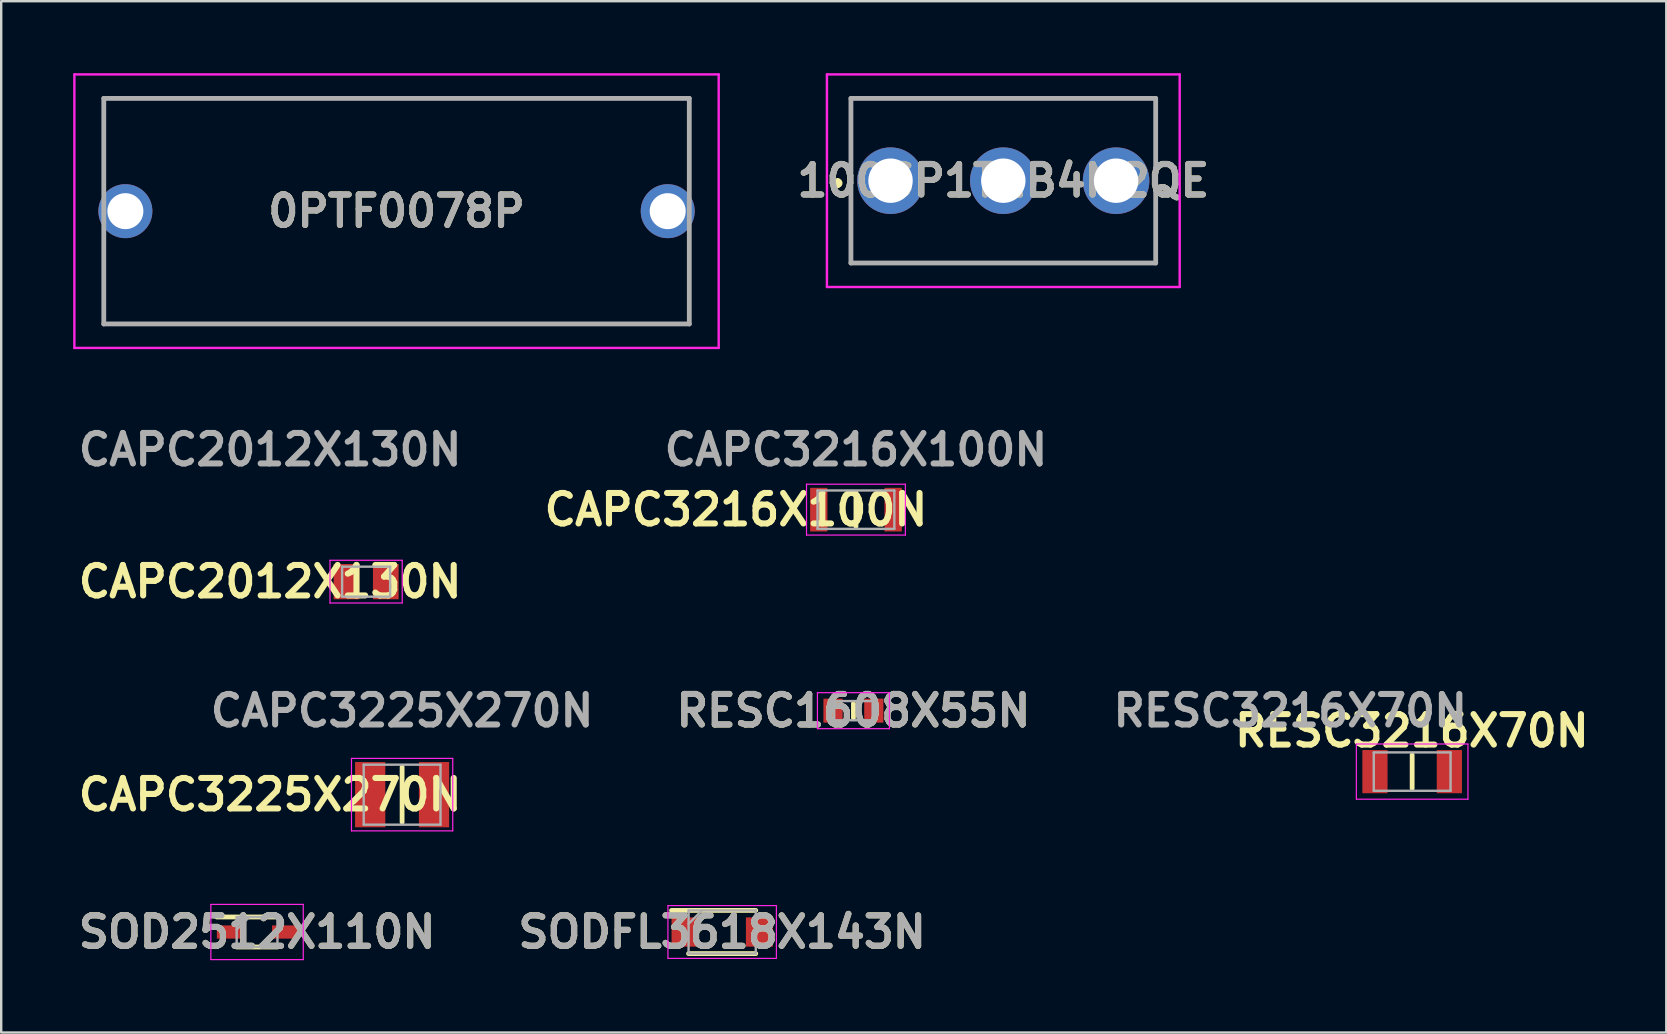
<source format=kicad_pcb>
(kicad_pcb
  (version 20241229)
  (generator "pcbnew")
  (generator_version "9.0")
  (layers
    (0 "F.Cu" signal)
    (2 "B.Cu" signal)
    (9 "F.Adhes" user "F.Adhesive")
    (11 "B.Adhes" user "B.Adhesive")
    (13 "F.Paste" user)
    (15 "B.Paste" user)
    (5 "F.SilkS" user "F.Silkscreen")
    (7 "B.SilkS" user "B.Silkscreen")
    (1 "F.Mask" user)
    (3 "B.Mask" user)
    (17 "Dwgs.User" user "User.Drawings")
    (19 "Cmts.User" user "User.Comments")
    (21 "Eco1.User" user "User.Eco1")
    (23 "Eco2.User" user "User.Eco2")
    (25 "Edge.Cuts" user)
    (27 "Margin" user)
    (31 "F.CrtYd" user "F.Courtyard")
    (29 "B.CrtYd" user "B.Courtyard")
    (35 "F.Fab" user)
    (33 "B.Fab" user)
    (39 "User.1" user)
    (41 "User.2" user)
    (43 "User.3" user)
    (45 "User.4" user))
  (footprint "CAPC3216X100N"
    (layer "F.Cu")
    (at 32.62 18.189)
    (property "Reference" "CAPC3216X100N" (at -5 0 0) (layer "F.SilkS") (effects (font (size 1.27 1.27) (thickness 0.254))))
    (attr smd)
    (fp_line (start 0 -0.7) (end 0 0.7) (stroke (width 0.2) (type solid)) (layer "F.SilkS"))
    (fp_line (start -2.06 -1.06) (end 2.06 -1.06) (stroke (width 0.05) (type solid)) (layer "F.CrtYd"))
    (fp_line (start -2.06 1.06) (end -2.06 -1.06) (stroke (width 0.05) (type solid)) (layer "F.CrtYd"))
    (fp_line (start 2.06 -1.06) (end 2.06 1.06) (stroke (width 0.05) (type solid)) (layer "F.CrtYd"))
    (fp_line (start 2.06 1.06) (end -2.06 1.06) (stroke (width 0.05) (type solid)) (layer "F.CrtYd"))
    (fp_line (start -1.6 -0.8) (end 1.6 -0.8) (stroke (width 0.1) (type solid)) (layer "F.Fab"))
    (fp_line (start -1.6 0.8) (end -1.6 -0.8) (stroke (width 0.1) (type solid)) (layer "F.Fab"))
    (fp_line (start 1.6 -0.8) (end 1.6 0.8) (stroke (width 0.1) (type solid)) (layer "F.Fab"))
    (fp_line (start 1.6 0.8) (end -1.6 0.8) (stroke (width 0.1) (type solid)) (layer "F.Fab"))
    (fp_text user "${REFERENCE}" (at 0 -2.5 0) (layer "F.Fab") (effects (font (size 1.27 1.27) (thickness 0.254))))
    (pad "1" smd rect (at -1.55 0) (size 0.72 1.82) (layers "F.Cu" "F.Mask" "F.Paste"))
    (pad "2" smd rect (at 1.55 0) (size 0.72 1.82) (layers "F.Cu" "F.Mask" "F.Paste")))
  (footprint "0PTF0078P"
    (layer "F.Cu")
    (at 13.475 5.75)
    (property "Reference" "0PTF0078P" (at 0 0 0) (layer "F.SilkS") (effects (font (size 1.27 1.27) (thickness 0.254))))
    (attr through_hole)
    (fp_line (start -12.2 -4.7) (end 12.2 -4.7) (stroke (width 0.1) (type solid)) (layer "F.SilkS"))
    (fp_line (start -12.2 -2) (end -12.2 -4.7) (stroke (width 0.1) (type solid)) (layer "F.SilkS"))
    (fp_line (start -12.2 2) (end -12.2 4.7) (stroke (width 0.1) (type solid)) (layer "F.SilkS"))
    (fp_line (start -12.2 4.7) (end 12.2 4.7) (stroke (width 0.1) (type solid)) (layer "F.SilkS"))
    (fp_line (start 12.2 -4.7) (end 12.2 -2) (stroke (width 0.1) (type solid)) (layer "F.SilkS"))
    (fp_line (start 12.2 4.7) (end 12.2 2) (stroke (width 0.1) (type solid)) (layer "F.SilkS"))
    (fp_line (start -13.425 -5.7) (end 13.425 -5.7) (stroke (width 0.1) (type solid)) (layer "F.CrtYd"))
    (fp_line (start -13.425 5.7) (end -13.425 -5.7) (stroke (width 0.1) (type solid)) (layer "F.CrtYd"))
    (fp_line (start 13.425 -5.7) (end 13.425 5.7) (stroke (width 0.1) (type solid)) (layer "F.CrtYd"))
    (fp_line (start 13.425 5.7) (end -13.425 5.7) (stroke (width 0.1) (type solid)) (layer "F.CrtYd"))
    (fp_line (start -12.2 -4.7) (end 12.2 -4.7) (stroke (width 0.2) (type solid)) (layer "F.Fab"))
    (fp_line (start -12.2 4.7) (end -12.2 -4.7) (stroke (width 0.2) (type solid)) (layer "F.Fab"))
    (fp_line (start 12.2 -4.7) (end 12.2 4.7) (stroke (width 0.2) (type solid)) (layer "F.Fab"))
    (fp_line (start 12.2 4.7) (end -12.2 4.7) (stroke (width 0.2) (type solid)) (layer "F.Fab"))
    (fp_text user "${REFERENCE}" (at 0 0 0) (layer "F.Fab") (effects (font (size 1.27 1.27) (thickness 0.254))))
    (pad "1" thru_hole circle (at -11.3 0) (size 2.25 2.25) (drill 1.5) (layers "*.Cu" "*.Mask"))
    (pad "2" thru_hole circle (at 11.3 0) (size 2.25 2.25) (drill 1.5) (layers "*.Cu" "*.Mask")))
  (footprint "RESC1608X55N"
    (layer "F.Cu")
    (at 32.515 26.566)
    (property "Reference" "RESC1608X55N" (at 0 0 0) (layer "F.SilkS") (effects (font (size 1.27 1.27) (thickness 0.254))))
    (attr smd)
    (fp_line (start 0 -0.3) (end 0 0.3) (stroke (width 0.2) (type solid)) (layer "F.SilkS"))
    (fp_line (start -1.5 -0.75) (end 1.5 -0.75) (stroke (width 0.05) (type solid)) (layer "F.CrtYd"))
    (fp_line (start -1.5 0.75) (end -1.5 -0.75) (stroke (width 0.05) (type solid)) (layer "F.CrtYd"))
    (fp_line (start 1.5 -0.75) (end 1.5 0.75) (stroke (width 0.05) (type solid)) (layer "F.CrtYd"))
    (fp_line (start 1.5 0.75) (end -1.5 0.75) (stroke (width 0.05) (type solid)) (layer "F.CrtYd"))
    (fp_line (start -0.8 -0.4) (end 0.8 -0.4) (stroke (width 0.1) (type solid)) (layer "F.Fab"))
    (fp_line (start -0.8 0.4) (end -0.8 -0.4) (stroke (width 0.1) (type solid)) (layer "F.Fab"))
    (fp_line (start 0.8 -0.4) (end 0.8 0.4) (stroke (width 0.1) (type solid)) (layer "F.Fab"))
    (fp_line (start 0.8 0.4) (end -0.8 0.4) (stroke (width 0.1) (type solid)) (layer "F.Fab"))
    (fp_text user "${REFERENCE}" (at 0 0 0) (layer "F.Fab") (effects (font (size 1.27 1.27) (thickness 0.254))))
    (pad "1" smd rect (at -0.85 0) (size 0.8 1) (layers "F.Cu" "F.Mask" "F.Paste"))
    (pad "2" smd rect (at 0.85 0) (size 0.8 1) (layers "F.Cu" "F.Mask" "F.Paste")))
  (footprint "RESC3216X70N"
    (layer "F.Cu")
    (at 55.799 29.106)
    (property "Reference" "RESC3216X70N" (at -0.012 -1.702 0) (layer "F.SilkS") (effects (font (size 1.27 1.27) (thickness 0.254))))
    (attr smd)
    (fp_line (start 0 -0.7) (end 0 0.7) (stroke (width 0.2) (type solid)) (layer "F.SilkS"))
    (fp_line (start -2.325 -1.15) (end 2.325 -1.15) (stroke (width 0.05) (type solid)) (layer "F.CrtYd"))
    (fp_line (start -2.325 1.15) (end -2.325 -1.15) (stroke (width 0.05) (type solid)) (layer "F.CrtYd"))
    (fp_line (start 2.325 -1.15) (end 2.325 1.15) (stroke (width 0.05) (type solid)) (layer "F.CrtYd"))
    (fp_line (start 2.325 1.15) (end -2.325 1.15) (stroke (width 0.05) (type solid)) (layer "F.CrtYd"))
    (fp_line (start -1.6 -0.8) (end 1.6 -0.8) (stroke (width 0.1) (type solid)) (layer "F.Fab"))
    (fp_line (start -1.6 0.8) (end -1.6 -0.8) (stroke (width 0.1) (type solid)) (layer "F.Fab"))
    (fp_line (start 1.6 -0.8) (end 1.6 0.8) (stroke (width 0.1) (type solid)) (layer "F.Fab"))
    (fp_line (start 1.6 0.8) (end -1.6 0.8) (stroke (width 0.1) (type solid)) (layer "F.Fab"))
    (fp_text user "${REFERENCE}" (at -5.08 -2.54 0) (layer "F.Fab") (effects (font (size 1.27 1.27) (thickness 0.254))))
    (pad "1" smd rect (at -1.55 0) (size 1.05 1.8) (layers "F.Cu" "F.Mask" "F.Paste"))
    (pad "2" smd rect (at 1.55 0) (size 1.05 1.8) (layers "F.Cu" "F.Mask" "F.Paste")))
  (footprint "CAPC3225X270N"
    (layer "F.Cu")
    (at 13.707 30.066)
    (property "Reference" "CAPC3225X270N" (at -5.5 0 0) (layer "F.SilkS") (effects (font (size 1.27 1.27) (thickness 0.254))))
    (attr smd)
    (fp_line (start 0 -1.15) (end 0 1.15) (stroke (width 0.2) (type solid)) (layer "F.SilkS"))
    (fp_line (start -2.11 -1.51) (end 2.11 -1.51) (stroke (width 0.05) (type solid)) (layer "F.CrtYd"))
    (fp_line (start -2.11 1.51) (end -2.11 -1.51) (stroke (width 0.05) (type solid)) (layer "F.CrtYd"))
    (fp_line (start 2.11 -1.51) (end 2.11 1.51) (stroke (width 0.05) (type solid)) (layer "F.CrtYd"))
    (fp_line (start 2.11 1.51) (end -2.11 1.51) (stroke (width 0.05) (type solid)) (layer "F.CrtYd"))
    (fp_line (start -1.6 -1.25) (end 1.6 -1.25) (stroke (width 0.1) (type solid)) (layer "F.Fab"))
    (fp_line (start -1.6 1.25) (end -1.6 -1.25) (stroke (width 0.1) (type solid)) (layer "F.Fab"))
    (fp_line (start 1.6 -1.25) (end 1.6 1.25) (stroke (width 0.1) (type solid)) (layer "F.Fab"))
    (fp_line (start 1.6 1.25) (end -1.6 1.25) (stroke (width 0.1) (type solid)) (layer "F.Fab"))
    (fp_text user "${REFERENCE}" (at 0 -3.5 0) (layer "F.Fab") (effects (font (size 1.27 1.27) (thickness 0.254))))
    (pad "1" smd rect (at -1.33 0) (size 1.26 2.72) (layers "F.Cu" "F.Mask" "F.Paste"))
    (pad "2" smd rect (at 1.33 0) (size 1.26 2.72) (layers "F.Cu" "F.Mask" "F.Paste")))
  (footprint "CAPC2012X130N"
    (layer "F.Cu")
    (at 12.207 21.189)
    (property "Reference" "CAPC2012X130N" (at -4 0 0) (layer "F.SilkS") (effects (font (size 1.27 1.27) (thickness 0.254))))
    (attr smd)
    (fp_line (start -1.505 -0.89) (end 1.505 -0.89) (stroke (width 0.05) (type solid)) (layer "F.CrtYd"))
    (fp_line (start -1.505 0.89) (end -1.505 -0.89) (stroke (width 0.05) (type solid)) (layer "F.CrtYd"))
    (fp_line (start 1.505 -0.89) (end 1.505 0.89) (stroke (width 0.05) (type solid)) (layer "F.CrtYd"))
    (fp_line (start 1.505 0.89) (end -1.505 0.89) (stroke (width 0.05) (type solid)) (layer "F.CrtYd"))
    (fp_line (start -1 -0.625) (end 1 -0.625) (stroke (width 0.1) (type solid)) (layer "F.Fab"))
    (fp_line (start -1 0.625) (end -1 -0.625) (stroke (width 0.1) (type solid)) (layer "F.Fab"))
    (fp_line (start 1 -0.625) (end 1 0.625) (stroke (width 0.1) (type solid)) (layer "F.Fab"))
    (fp_line (start 1 0.625) (end -1 0.625) (stroke (width 0.1) (type solid)) (layer "F.Fab"))
    (fp_text user "${REFERENCE}" (at -4 -5.5 0) (layer "F.Fab") (effects (font (size 1.27 1.27) (thickness 0.254))))
    (pad "1" smd rect (at -0.82 0) (size 1.07 1.47) (layers "F.Cu" "F.Mask" "F.Paste"))
    (pad "2" smd rect (at 0.82 0) (size 1.07 1.47) (layers "F.Cu" "F.Mask" "F.Paste")))
  (footprint "SOD2512X110N"
    (layer "F.Cu")
    (at 7.662 35.79)
    (property "Reference" "SOD2512X110N" (at 0 0 0) (layer "F.SilkS") (effects (font (size 1.27 1.27) (thickness 0.254))))
    (attr smd)
    (fp_line (start -1.675 -0.625) (end 0.85 -0.625) (stroke (width 0.2) (type solid)) (layer "F.SilkS"))
    (fp_line (start -0.85 0.625) (end 0.85 0.625) (stroke (width 0.2) (type solid)) (layer "F.SilkS"))
    (fp_line (start -1.925 -1.15) (end 1.925 -1.15) (stroke (width 0.05) (type solid)) (layer "F.CrtYd"))
    (fp_line (start -1.925 1.15) (end -1.925 -1.15) (stroke (width 0.05) (type solid)) (layer "F.CrtYd"))
    (fp_line (start 1.925 -1.15) (end 1.925 1.15) (stroke (width 0.05) (type solid)) (layer "F.CrtYd"))
    (fp_line (start 1.925 1.15) (end -1.925 1.15) (stroke (width 0.05) (type solid)) (layer "F.CrtYd"))
    (fp_line (start -0.85 -0.625) (end 0.85 -0.625) (stroke (width 0.1) (type solid)) (layer "F.Fab"))
    (fp_line (start -0.85 -0.1) (end -0.325 -0.625) (stroke (width 0.1) (type solid)) (layer "F.Fab"))
    (fp_line (start -0.85 0.625) (end -0.85 -0.625) (stroke (width 0.1) (type solid)) (layer "F.Fab"))
    (fp_line (start 0.85 -0.625) (end 0.85 0.625) (stroke (width 0.1) (type solid)) (layer "F.Fab"))
    (fp_line (start 0.85 0.625) (end -0.85 0.625) (stroke (width 0.1) (type solid)) (layer "F.Fab"))
    (fp_text user "${REFERENCE}" (at 0 0 0) (layer "F.Fab") (effects (font (size 1.27 1.27) (thickness 0.254))))
    (pad "1" smd rect (at -1.15 0 90) (size 0.55 1.05) (layers "F.Cu" "F.Mask" "F.Paste"))
    (pad "2" smd rect (at 1.15 0 90) (size 0.55 1.05) (layers "F.Cu" "F.Mask" "F.Paste")))
  (footprint "100SP1T1B4M2QE"
    (layer "F.Cu")
    (at 38.761 4.48)
    (property "Reference" "100SP1T1B4M2QE" (at 0 0 0) (layer "F.SilkS") (effects (font (size 1.27 1.27) (thickness 0.254))))
    (attr through_hole)
    (fp_line (start -6.9 0) (end -6.9 0) (stroke (width 0.2) (type solid)) (layer "F.SilkS"))
    (fp_line (start -6.9 0.2) (end -6.9 0.2) (stroke (width 0.2) (type solid)) (layer "F.SilkS"))
    (fp_line (start -6.35 -3.43) (end 6.35 -3.43) (stroke (width 0.1) (type solid)) (layer "F.SilkS"))
    (fp_line (start -6.35 3.43) (end -6.35 -3.43) (stroke (width 0.1) (type solid)) (layer "F.SilkS"))
    (fp_line (start 6.35 -3.43) (end 6.35 3.43) (stroke (width 0.1) (type solid)) (layer "F.SilkS"))
    (fp_line (start 6.35 3.43) (end -6.35 3.43) (stroke (width 0.1) (type solid)) (layer "F.SilkS"))
    (fp_arc (start -6.9 0) (mid -6.8 0.1) (end -6.9 0.2) (stroke (width 0.2) (type solid)) (layer "F.SilkS"))
    (fp_arc (start -6.9 0.2) (mid -7 0.1) (end -6.9 0) (stroke (width 0.2) (type solid)) (layer "F.SilkS"))
    (fp_line (start -7.35 -4.43) (end 7.35 -4.43) (stroke (width 0.1) (type solid)) (layer "F.CrtYd"))
    (fp_line (start -7.35 4.43) (end -7.35 -4.43) (stroke (width 0.1) (type solid)) (layer "F.CrtYd"))
    (fp_line (start 7.35 -4.43) (end 7.35 4.43) (stroke (width 0.1) (type solid)) (layer "F.CrtYd"))
    (fp_line (start 7.35 4.43) (end -7.35 4.43) (stroke (width 0.1) (type solid)) (layer "F.CrtYd"))
    (fp_line (start -6.35 -3.43) (end 6.35 -3.43) (stroke (width 0.2) (type solid)) (layer "F.Fab"))
    (fp_line (start -6.35 3.43) (end -6.35 -3.43) (stroke (width 0.2) (type solid)) (layer "F.Fab"))
    (fp_line (start 6.35 -3.43) (end 6.35 3.43) (stroke (width 0.2) (type solid)) (layer "F.Fab"))
    (fp_line (start 6.35 3.43) (end -6.35 3.43) (stroke (width 0.2) (type solid)) (layer "F.Fab"))
    (fp_text user "${REFERENCE}" (at 0 0 0) (layer "F.Fab") (effects (font (size 1.27 1.27) (thickness 0.254))))
    (pad "1" thru_hole circle (at -4.7 0) (size 2.775 2.775) (drill 1.85) (layers "*.Cu" "*.Mask"))
    (pad "2" thru_hole circle (at 0 0) (size 2.775 2.775) (drill 1.85) (layers "*.Cu" "*.Mask"))
    (pad "3" thru_hole circle (at 4.7 0) (size 2.775 2.775) (drill 1.85) (layers "*.Cu" "*.Mask")))
  (footprint "SODFL3618X143N"
    (layer "F.Cu")
    (at 27.045 35.79)
    (property "Reference" "SODFL3618X143N" (at 0 0 0) (layer "F.SilkS") (effects (font (size 1.27 1.27) (thickness 0.254))))
    (attr smd)
    (fp_line (start -2.11 -0.9) (end 1.4 -0.9) (stroke (width 0.2) (type solid)) (layer "F.SilkS"))
    (fp_line (start -1.4 0.9) (end 1.4 0.9) (stroke (width 0.2) (type solid)) (layer "F.SilkS"))
    (fp_line (start -2.26 -1.1) (end 2.26 -1.1) (stroke (width 0.05) (type solid)) (layer "F.CrtYd"))
    (fp_line (start -2.26 1.1) (end -2.26 -1.1) (stroke (width 0.05) (type solid)) (layer "F.CrtYd"))
    (fp_line (start 2.26 -1.1) (end 2.26 1.1) (stroke (width 0.05) (type solid)) (layer "F.CrtYd"))
    (fp_line (start 2.26 1.1) (end -2.26 1.1) (stroke (width 0.05) (type solid)) (layer "F.CrtYd"))
    (fp_line (start -1.4 -0.9) (end 1.4 -0.9) (stroke (width 0.1) (type solid)) (layer "F.Fab"))
    (fp_line (start -1.4 -0.34) (end -0.84 -0.9) (stroke (width 0.1) (type solid)) (layer "F.Fab"))
    (fp_line (start -1.4 0.9) (end -1.4 -0.9) (stroke (width 0.1) (type solid)) (layer "F.Fab"))
    (fp_line (start 1.4 -0.9) (end 1.4 0.9) (stroke (width 0.1) (type solid)) (layer "F.Fab"))
    (fp_line (start 1.4 0.9) (end -1.4 0.9) (stroke (width 0.1) (type solid)) (layer "F.Fab"))
    (fp_text user "${REFERENCE}" (at 0 0 0) (layer "F.Fab") (effects (font (size 1.27 1.27) (thickness 0.254))))
    (pad "1" smd rect (at -1.55 0) (size 1.12 1.22) (layers "F.Cu" "F.Mask" "F.Paste"))
    (pad "2" smd rect (at 1.55 0) (size 1.12 1.22) (layers "F.Cu" "F.Mask" "F.Paste")))
  (gr_rect
    (start -3 -3)
    (end 66.389 39.979)
    (stroke (width 0.1) (type default))
    (fill no)
    (layer "Edge.Cuts")))
</source>
